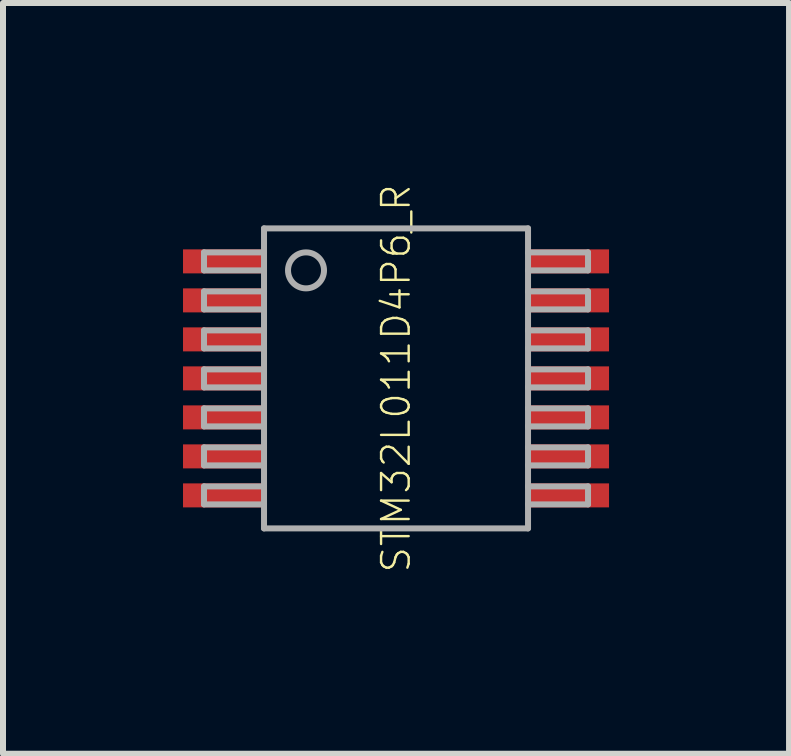
<source format=kicad_pcb>
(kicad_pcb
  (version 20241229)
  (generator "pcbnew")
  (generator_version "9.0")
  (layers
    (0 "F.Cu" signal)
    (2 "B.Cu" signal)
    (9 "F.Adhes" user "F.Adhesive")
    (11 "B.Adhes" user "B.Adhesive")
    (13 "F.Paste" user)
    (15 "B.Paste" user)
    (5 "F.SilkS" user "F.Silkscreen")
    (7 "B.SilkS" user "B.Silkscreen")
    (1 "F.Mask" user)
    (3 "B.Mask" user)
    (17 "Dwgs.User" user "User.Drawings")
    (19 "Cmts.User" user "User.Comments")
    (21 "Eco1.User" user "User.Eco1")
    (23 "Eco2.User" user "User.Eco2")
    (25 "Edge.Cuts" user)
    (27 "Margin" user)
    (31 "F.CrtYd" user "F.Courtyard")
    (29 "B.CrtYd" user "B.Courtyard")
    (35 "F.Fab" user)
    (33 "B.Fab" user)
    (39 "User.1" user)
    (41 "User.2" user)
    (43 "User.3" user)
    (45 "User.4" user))
  (footprint "STM32L011D4P6_R"
    (layer "F.Cu")
    (at 3.55 3.256)
    (property "Reference" "STM32L011D4P6_R" (at 0 0 90) (unlocked yes) (layer "F.SilkS") (effects (font (size 0.46 0.46) (thickness 0.04))))
    (fp_line (start -3.2 -2.1) (end -3.2 -1.8) (stroke (width 0.1) (type solid)) (layer "F.Fab"))
    (fp_line (start -3.2 -1.8) (end -2.2 -1.8) (stroke (width 0.1) (type solid)) (layer "F.Fab"))
    (fp_line (start -3.2 -1.45) (end -3.2 -1.15) (stroke (width 0.1) (type solid)) (layer "F.Fab"))
    (fp_line (start -3.2 -1.15) (end -2.2 -1.15) (stroke (width 0.1) (type solid)) (layer "F.Fab"))
    (fp_line (start -3.2 -0.8) (end -3.2 -0.5) (stroke (width 0.1) (type solid)) (layer "F.Fab"))
    (fp_line (start -3.2 -0.5) (end -2.2 -0.5) (stroke (width 0.1) (type solid)) (layer "F.Fab"))
    (fp_line (start -3.2 -0.15) (end -3.2 0.15) (stroke (width 0.1) (type solid)) (layer "F.Fab"))
    (fp_line (start -3.2 0.15) (end -2.2 0.15) (stroke (width 0.1) (type solid)) (layer "F.Fab"))
    (fp_line (start -3.2 0.5) (end -3.2 0.8) (stroke (width 0.1) (type solid)) (layer "F.Fab"))
    (fp_line (start -3.2 0.8) (end -2.2 0.8) (stroke (width 0.1) (type solid)) (layer "F.Fab"))
    (fp_line (start -3.2 1.15) (end -3.2 1.45) (stroke (width 0.1) (type solid)) (layer "F.Fab"))
    (fp_line (start -3.2 1.45) (end -2.2 1.45) (stroke (width 0.1) (type solid)) (layer "F.Fab"))
    (fp_line (start -3.2 1.8) (end -3.2 2.1) (stroke (width 0.1) (type solid)) (layer "F.Fab"))
    (fp_line (start -3.2 2.1) (end -2.2 2.1) (stroke (width 0.1) (type solid)) (layer "F.Fab"))
    (fp_line (start -2.2 -2.5) (end -2.2 -2.1) (stroke (width 0.1) (type solid)) (layer "F.Fab"))
    (fp_line (start -2.2 -2.1) (end -3.2 -2.1) (stroke (width 0.1) (type solid)) (layer "F.Fab"))
    (fp_line (start -2.2 -2.1) (end -2.2 -1.8) (stroke (width 0.1) (type solid)) (layer "F.Fab"))
    (fp_line (start -2.2 -1.8) (end -2.2 -1.45) (stroke (width 0.1) (type solid)) (layer "F.Fab"))
    (fp_line (start -2.2 -1.45) (end -3.2 -1.45) (stroke (width 0.1) (type solid)) (layer "F.Fab"))
    (fp_line (start -2.2 -1.45) (end -2.2 -1.15) (stroke (width 0.1) (type solid)) (layer "F.Fab"))
    (fp_line (start -2.2 -1.15) (end -2.2 -0.8) (stroke (width 0.1) (type solid)) (layer "F.Fab"))
    (fp_line (start -2.2 -0.8) (end -3.2 -0.8) (stroke (width 0.1) (type solid)) (layer "F.Fab"))
    (fp_line (start -2.2 -0.8) (end -2.2 -0.5) (stroke (width 0.1) (type solid)) (layer "F.Fab"))
    (fp_line (start -2.2 -0.5) (end -2.2 -0.15) (stroke (width 0.1) (type solid)) (layer "F.Fab"))
    (fp_line (start -2.2 -0.15) (end -3.2 -0.15) (stroke (width 0.1) (type solid)) (layer "F.Fab"))
    (fp_line (start -2.2 -0.15) (end -2.2 0.15) (stroke (width 0.1) (type solid)) (layer "F.Fab"))
    (fp_line (start -2.2 0.15) (end -2.2 0.5) (stroke (width 0.1) (type solid)) (layer "F.Fab"))
    (fp_line (start -2.2 0.5) (end -3.2 0.5) (stroke (width 0.1) (type solid)) (layer "F.Fab"))
    (fp_line (start -2.2 0.5) (end -2.2 0.8) (stroke (width 0.1) (type solid)) (layer "F.Fab"))
    (fp_line (start -2.2 0.8) (end -2.2 1.15) (stroke (width 0.1) (type solid)) (layer "F.Fab"))
    (fp_line (start -2.2 1.15) (end -3.2 1.15) (stroke (width 0.1) (type solid)) (layer "F.Fab"))
    (fp_line (start -2.2 1.15) (end -2.2 1.45) (stroke (width 0.1) (type solid)) (layer "F.Fab"))
    (fp_line (start -2.2 1.45) (end -2.2 1.8) (stroke (width 0.1) (type solid)) (layer "F.Fab"))
    (fp_line (start -2.2 1.8) (end -3.2 1.8) (stroke (width 0.1) (type solid)) (layer "F.Fab"))
    (fp_line (start -2.2 1.8) (end -2.2 2.1) (stroke (width 0.1) (type solid)) (layer "F.Fab"))
    (fp_line (start -2.2 2.1) (end -2.2 2.5) (stroke (width 0.1) (type solid)) (layer "F.Fab"))
    (fp_line (start -2.2 2.5) (end 2.2 2.5) (stroke (width 0.1) (type solid)) (layer "F.Fab"))
    (fp_line (start 2.2 -2.5) (end -2.2 -2.5) (stroke (width 0.1) (type solid)) (layer "F.Fab"))
    (fp_line (start 2.2 -2.1) (end 2.2 -2.5) (stroke (width 0.1) (type solid)) (layer "F.Fab"))
    (fp_line (start 2.2 -2.1) (end 3.2 -2.1) (stroke (width 0.1) (type solid)) (layer "F.Fab"))
    (fp_line (start 2.2 -1.8) (end 2.2 -2.1) (stroke (width 0.1) (type solid)) (layer "F.Fab"))
    (fp_line (start 2.2 -1.45) (end 2.2 -1.8) (stroke (width 0.1) (type solid)) (layer "F.Fab"))
    (fp_line (start 2.2 -1.45) (end 3.2 -1.45) (stroke (width 0.1) (type solid)) (layer "F.Fab"))
    (fp_line (start 2.2 -1.15) (end 2.2 -1.45) (stroke (width 0.1) (type solid)) (layer "F.Fab"))
    (fp_line (start 2.2 -0.8) (end 2.2 -1.15) (stroke (width 0.1) (type solid)) (layer "F.Fab"))
    (fp_line (start 2.2 -0.8) (end 3.2 -0.8) (stroke (width 0.1) (type solid)) (layer "F.Fab"))
    (fp_line (start 2.2 -0.5) (end 2.2 -0.8) (stroke (width 0.1) (type solid)) (layer "F.Fab"))
    (fp_line (start 2.2 -0.15) (end 2.2 -0.5) (stroke (width 0.1) (type solid)) (layer "F.Fab"))
    (fp_line (start 2.2 -0.15) (end 3.2 -0.15) (stroke (width 0.1) (type solid)) (layer "F.Fab"))
    (fp_line (start 2.2 0.15) (end 2.2 -0.15) (stroke (width 0.1) (type solid)) (layer "F.Fab"))
    (fp_line (start 2.2 0.5) (end 2.2 0.15) (stroke (width 0.1) (type solid)) (layer "F.Fab"))
    (fp_line (start 2.2 0.5) (end 3.2 0.5) (stroke (width 0.1) (type solid)) (layer "F.Fab"))
    (fp_line (start 2.2 0.8) (end 2.2 0.5) (stroke (width 0.1) (type solid)) (layer "F.Fab"))
    (fp_line (start 2.2 1.15) (end 2.2 0.8) (stroke (width 0.1) (type solid)) (layer "F.Fab"))
    (fp_line (start 2.2 1.15) (end 3.2 1.15) (stroke (width 0.1) (type solid)) (layer "F.Fab"))
    (fp_line (start 2.2 1.45) (end 2.2 1.15) (stroke (width 0.1) (type solid)) (layer "F.Fab"))
    (fp_line (start 2.2 1.8) (end 2.2 1.45) (stroke (width 0.1) (type solid)) (layer "F.Fab"))
    (fp_line (start 2.2 1.8) (end 3.2 1.8) (stroke (width 0.1) (type solid)) (layer "F.Fab"))
    (fp_line (start 2.2 2.1) (end 2.2 1.8) (stroke (width 0.1) (type solid)) (layer "F.Fab"))
    (fp_line (start 2.2 2.5) (end 2.2 2.1) (stroke (width 0.1) (type solid)) (layer "F.Fab"))
    (fp_line (start 3.2 -2.1) (end 3.2 -1.8) (stroke (width 0.1) (type solid)) (layer "F.Fab"))
    (fp_line (start 3.2 -1.8) (end 2.2 -1.8) (stroke (width 0.1) (type solid)) (layer "F.Fab"))
    (fp_line (start 3.2 -1.45) (end 3.2 -1.15) (stroke (width 0.1) (type solid)) (layer "F.Fab"))
    (fp_line (start 3.2 -1.15) (end 2.2 -1.15) (stroke (width 0.1) (type solid)) (layer "F.Fab"))
    (fp_line (start 3.2 -0.8) (end 3.2 -0.5) (stroke (width 0.1) (type solid)) (layer "F.Fab"))
    (fp_line (start 3.2 -0.5) (end 2.2 -0.5) (stroke (width 0.1) (type solid)) (layer "F.Fab"))
    (fp_line (start 3.2 -0.15) (end 3.2 0.15) (stroke (width 0.1) (type solid)) (layer "F.Fab"))
    (fp_line (start 3.2 0.15) (end 2.2 0.15) (stroke (width 0.1) (type solid)) (layer "F.Fab"))
    (fp_line (start 3.2 0.5) (end 3.2 0.8) (stroke (width 0.1) (type solid)) (layer "F.Fab"))
    (fp_line (start 3.2 0.8) (end 2.2 0.8) (stroke (width 0.1) (type solid)) (layer "F.Fab"))
    (fp_line (start 3.2 1.15) (end 3.2 1.45) (stroke (width 0.1) (type solid)) (layer "F.Fab"))
    (fp_line (start 3.2 1.45) (end 2.2 1.45) (stroke (width 0.1) (type solid)) (layer "F.Fab"))
    (fp_line (start 3.2 1.8) (end 3.2 2.1) (stroke (width 0.1) (type solid)) (layer "F.Fab"))
    (fp_line (start 3.2 2.1) (end 2.2 2.1) (stroke (width 0.1) (type solid)) (layer "F.Fab"))
    (fp_circle (center -1.5 -1.8) (end -1.2 -1.8) (stroke (width 0.1) (type solid)) (fill no) (layer "F.Fab"))
    (pad "1" smd rect (at -2.875 -1.95) (size 1.35 0.4) (layers "F.Cu" "F.Mask" "F.Paste"))
    (pad "2" smd rect (at -2.875 -1.3) (size 1.35 0.4) (layers "F.Cu" "F.Mask" "F.Paste"))
    (pad "3" smd rect (at -2.875 -0.65) (size 1.35 0.4) (layers "F.Cu" "F.Mask" "F.Paste"))
    (pad "4" smd rect (at -2.875 0) (size 1.35 0.4) (layers "F.Cu" "F.Mask" "F.Paste"))
    (pad "5" smd rect (at -2.875 0.65) (size 1.35 0.4) (layers "F.Cu" "F.Mask" "F.Paste"))
    (pad "6" smd rect (at -2.875 1.3) (size 1.35 0.4) (layers "F.Cu" "F.Mask" "F.Paste"))
    (pad "7" smd rect (at -2.875 1.95) (size 1.35 0.4) (layers "F.Cu" "F.Mask" "F.Paste"))
    (pad "8" smd rect (at 2.875 1.95) (size 1.35 0.4) (layers "F.Cu" "F.Mask" "F.Paste"))
    (pad "9" smd rect (at 2.875 1.3) (size 1.35 0.4) (layers "F.Cu" "F.Mask" "F.Paste"))
    (pad "10" smd rect (at 2.875 0.65) (size 1.35 0.4) (layers "F.Cu" "F.Mask" "F.Paste"))
    (pad "11" smd rect (at 2.875 0) (size 1.35 0.4) (layers "F.Cu" "F.Mask" "F.Paste"))
    (pad "12" smd rect (at 2.875 -0.65) (size 1.35 0.4) (layers "F.Cu" "F.Mask" "F.Paste"))
    (pad "13" smd rect (at 2.875 -1.3) (size 1.35 0.4) (layers "F.Cu" "F.Mask" "F.Paste"))
    (pad "14" smd rect (at 2.875 -1.95) (size 1.35 0.4) (layers "F.Cu" "F.Mask" "F.Paste")))
  (gr_rect
    (start -3 -3)
    (end 10.1 9.512)
    (stroke (width 0.1) (type default))
    (fill no)
    (layer "Edge.Cuts")))
</source>
